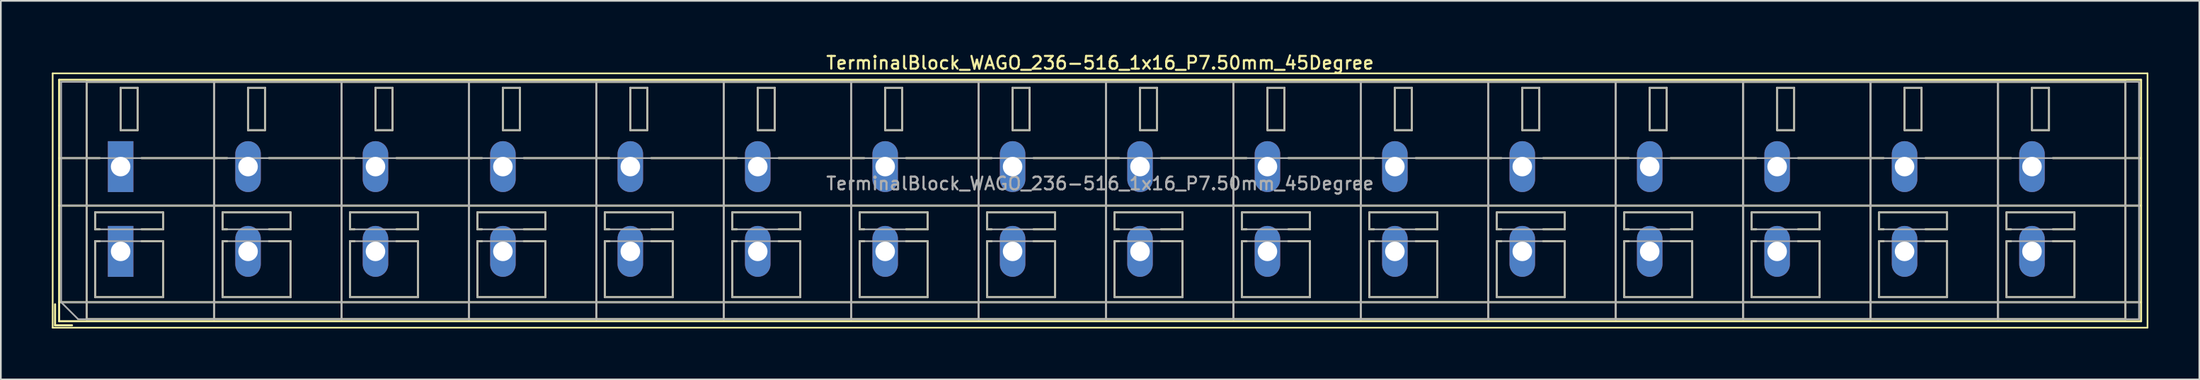
<source format=kicad_pcb>
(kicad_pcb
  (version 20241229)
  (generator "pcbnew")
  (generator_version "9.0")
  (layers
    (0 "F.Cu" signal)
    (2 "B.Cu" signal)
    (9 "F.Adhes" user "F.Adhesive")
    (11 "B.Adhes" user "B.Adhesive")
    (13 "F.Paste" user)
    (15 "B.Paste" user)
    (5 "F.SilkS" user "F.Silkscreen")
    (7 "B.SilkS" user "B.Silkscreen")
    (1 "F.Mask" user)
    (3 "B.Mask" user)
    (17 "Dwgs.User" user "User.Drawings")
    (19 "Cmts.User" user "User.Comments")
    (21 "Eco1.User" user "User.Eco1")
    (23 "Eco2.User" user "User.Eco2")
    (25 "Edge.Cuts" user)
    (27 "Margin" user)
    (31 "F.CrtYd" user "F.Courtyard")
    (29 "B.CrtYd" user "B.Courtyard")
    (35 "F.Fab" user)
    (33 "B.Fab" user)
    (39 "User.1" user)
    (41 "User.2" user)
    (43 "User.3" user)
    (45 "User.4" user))
  (footprint "TerminalBlock_WAGO_236-516_1x16_P7.50mm_45Degree"
    (layer "F.Cu")
    (at 4.05 6.778)
    (property "Reference" "TerminalBlock_WAGO_236-516_1x16_P7.50mm_45Degree" (at 57.65 -6.12 0) (layer "F.SilkS") (effects (font (size 0.75 0.75) (thickness 0.125))))
    (attr through_hole)
    (fp_line (start -4 -5.5) (end -4 9.5) (stroke (width 0.1) (type solid)) (layer "F.SilkS"))
    (fp_line (start -4 9.5) (end 119.3 9.5) (stroke (width 0.1) (type solid)) (layer "F.SilkS"))
    (fp_line (start -3.86 8.12) (end -3.86 9.36) (stroke (width 0.12) (type solid)) (layer "F.SilkS"))
    (fp_line (start -3.86 9.36) (end -2.86 9.36) (stroke (width 0.12) (type solid)) (layer "F.SilkS"))
    (fp_line (start -3.62 -5.12) (end -3.62 9.12) (stroke (width 0.12) (type solid)) (layer "F.SilkS"))
    (fp_line (start -3.62 -5.12) (end 118.92 -5.12) (stroke (width 0.12) (type solid)) (layer "F.SilkS"))
    (fp_line (start -3.62 -0.5) (end -1.23 -0.5) (stroke (width 0.12) (type solid)) (layer "F.SilkS"))
    (fp_line (start -3.62 2.3) (end 118.92 2.3) (stroke (width 0.12) (type solid)) (layer "F.SilkS"))
    (fp_line (start -3.62 8) (end 118.92 8) (stroke (width 0.12) (type solid)) (layer "F.SilkS"))
    (fp_line (start -3.62 9.12) (end 118.92 9.12) (stroke (width 0.12) (type solid)) (layer "F.SilkS"))
    (fp_line (start -2 -5) (end -2 9) (stroke (width 0.12) (type solid)) (layer "F.SilkS"))
    (fp_line (start -2 -5) (end 5.5 -5) (stroke (width 0.12) (type solid)) (layer "F.SilkS"))
    (fp_line (start -2 9) (end 5.5 9) (stroke (width 0.12) (type solid)) (layer "F.SilkS"))
    (fp_line (start -1.5 2.7) (end -1.5 3.7) (stroke (width 0.12) (type solid)) (layer "F.SilkS"))
    (fp_line (start -1.5 2.7) (end 2.5 2.7) (stroke (width 0.12) (type solid)) (layer "F.SilkS"))
    (fp_line (start -1.5 3.7) (end -1.23 3.7) (stroke (width 0.12) (type solid)) (layer "F.SilkS"))
    (fp_line (start -1.5 4.4) (end -1.5 7.7) (stroke (width 0.12) (type solid)) (layer "F.SilkS"))
    (fp_line (start -1.5 4.4) (end -1.23 4.4) (stroke (width 0.12) (type solid)) (layer "F.SilkS"))
    (fp_line (start -1.5 7.7) (end 2.5 7.7) (stroke (width 0.12) (type solid)) (layer "F.SilkS"))
    (fp_line (start 0 -4.65) (end 0 -2.151) (stroke (width 0.12) (type solid)) (layer "F.SilkS"))
    (fp_line (start 0 -4.65) (end 1 -4.65) (stroke (width 0.12) (type solid)) (layer "F.SilkS"))
    (fp_line (start 0 -2.151) (end 1 -2.151) (stroke (width 0.12) (type solid)) (layer "F.SilkS"))
    (fp_line (start 1 -4.65) (end 1 -2.151) (stroke (width 0.12) (type solid)) (layer "F.SilkS"))
    (fp_line (start 1.23 -0.5) (end 6.27 -0.5) (stroke (width 0.12) (type solid)) (layer "F.SilkS"))
    (fp_line (start 1.23 3.7) (end 2.5 3.7) (stroke (width 0.12) (type solid)) (layer "F.SilkS"))
    (fp_line (start 1.23 4.4) (end 2.5 4.4) (stroke (width 0.12) (type solid)) (layer "F.SilkS"))
    (fp_line (start 2.5 2.7) (end 2.5 3.7) (stroke (width 0.12) (type solid)) (layer "F.SilkS"))
    (fp_line (start 2.5 4.4) (end 2.5 7.7) (stroke (width 0.12) (type solid)) (layer "F.SilkS"))
    (fp_line (start 5.5 -5) (end 5.5 9) (stroke (width 0.12) (type solid)) (layer "F.SilkS"))
    (fp_line (start 5.5 -5) (end 5.5 9) (stroke (width 0.12) (type solid)) (layer "F.SilkS"))
    (fp_line (start 5.5 -5) (end 13 -5) (stroke (width 0.12) (type solid)) (layer "F.SilkS"))
    (fp_line (start 5.5 9) (end 13 9) (stroke (width 0.12) (type solid)) (layer "F.SilkS"))
    (fp_line (start 6 2.7) (end 6 3.7) (stroke (width 0.12) (type solid)) (layer "F.SilkS"))
    (fp_line (start 6 2.7) (end 10 2.7) (stroke (width 0.12) (type solid)) (layer "F.SilkS"))
    (fp_line (start 6 3.7) (end 6.27 3.7) (stroke (width 0.12) (type solid)) (layer "F.SilkS"))
    (fp_line (start 6 4.4) (end 6 7.7) (stroke (width 0.12) (type solid)) (layer "F.SilkS"))
    (fp_line (start 6 4.4) (end 6.27 4.4) (stroke (width 0.12) (type solid)) (layer "F.SilkS"))
    (fp_line (start 6 7.7) (end 10 7.7) (stroke (width 0.12) (type solid)) (layer "F.SilkS"))
    (fp_line (start 7.5 -4.65) (end 7.5 -2.151) (stroke (width 0.12) (type solid)) (layer "F.SilkS"))
    (fp_line (start 7.5 -4.65) (end 8.5 -4.65) (stroke (width 0.12) (type solid)) (layer "F.SilkS"))
    (fp_line (start 7.5 -2.151) (end 8.5 -2.151) (stroke (width 0.12) (type solid)) (layer "F.SilkS"))
    (fp_line (start 8.5 -4.65) (end 8.5 -2.151) (stroke (width 0.12) (type solid)) (layer "F.SilkS"))
    (fp_line (start 8.73 -0.5) (end 13.77 -0.5) (stroke (width 0.12) (type solid)) (layer "F.SilkS"))
    (fp_line (start 8.73 3.7) (end 10 3.7) (stroke (width 0.12) (type solid)) (layer "F.SilkS"))
    (fp_line (start 8.73 4.4) (end 10 4.4) (stroke (width 0.12) (type solid)) (layer "F.SilkS"))
    (fp_line (start 10 2.7) (end 10 3.7) (stroke (width 0.12) (type solid)) (layer "F.SilkS"))
    (fp_line (start 10 4.4) (end 10 7.7) (stroke (width 0.12) (type solid)) (layer "F.SilkS"))
    (fp_line (start 13 -5) (end 13 9) (stroke (width 0.12) (type solid)) (layer "F.SilkS"))
    (fp_line (start 13 -5) (end 13 9) (stroke (width 0.12) (type solid)) (layer "F.SilkS"))
    (fp_line (start 13 -5) (end 20.5 -5) (stroke (width 0.12) (type solid)) (layer "F.SilkS"))
    (fp_line (start 13 9) (end 20.5 9) (stroke (width 0.12) (type solid)) (layer "F.SilkS"))
    (fp_line (start 13.5 2.7) (end 13.5 3.7) (stroke (width 0.12) (type solid)) (layer "F.SilkS"))
    (fp_line (start 13.5 2.7) (end 17.5 2.7) (stroke (width 0.12) (type solid)) (layer "F.SilkS"))
    (fp_line (start 13.5 3.7) (end 13.77 3.7) (stroke (width 0.12) (type solid)) (layer "F.SilkS"))
    (fp_line (start 13.5 4.4) (end 13.5 7.7) (stroke (width 0.12) (type solid)) (layer "F.SilkS"))
    (fp_line (start 13.5 4.4) (end 13.77 4.4) (stroke (width 0.12) (type solid)) (layer "F.SilkS"))
    (fp_line (start 13.5 7.7) (end 17.5 7.7) (stroke (width 0.12) (type solid)) (layer "F.SilkS"))
    (fp_line (start 15 -4.65) (end 15 -2.151) (stroke (width 0.12) (type solid)) (layer "F.SilkS"))
    (fp_line (start 15 -4.65) (end 16 -4.65) (stroke (width 0.12) (type solid)) (layer "F.SilkS"))
    (fp_line (start 15 -2.151) (end 16 -2.151) (stroke (width 0.12) (type solid)) (layer "F.SilkS"))
    (fp_line (start 16 -4.65) (end 16 -2.151) (stroke (width 0.12) (type solid)) (layer "F.SilkS"))
    (fp_line (start 16.23 -0.5) (end 21.27 -0.5) (stroke (width 0.12) (type solid)) (layer "F.SilkS"))
    (fp_line (start 16.23 3.7) (end 17.5 3.7) (stroke (width 0.12) (type solid)) (layer "F.SilkS"))
    (fp_line (start 16.23 4.4) (end 17.5 4.4) (stroke (width 0.12) (type solid)) (layer "F.SilkS"))
    (fp_line (start 17.5 2.7) (end 17.5 3.7) (stroke (width 0.12) (type solid)) (layer "F.SilkS"))
    (fp_line (start 17.5 4.4) (end 17.5 7.7) (stroke (width 0.12) (type solid)) (layer "F.SilkS"))
    (fp_line (start 20.5 -5) (end 20.5 9) (stroke (width 0.12) (type solid)) (layer "F.SilkS"))
    (fp_line (start 20.5 -5) (end 20.5 9) (stroke (width 0.12) (type solid)) (layer "F.SilkS"))
    (fp_line (start 20.5 -5) (end 28 -5) (stroke (width 0.12) (type solid)) (layer "F.SilkS"))
    (fp_line (start 20.5 9) (end 28 9) (stroke (width 0.12) (type solid)) (layer "F.SilkS"))
    (fp_line (start 21 2.7) (end 21 3.7) (stroke (width 0.12) (type solid)) (layer "F.SilkS"))
    (fp_line (start 21 2.7) (end 25 2.7) (stroke (width 0.12) (type solid)) (layer "F.SilkS"))
    (fp_line (start 21 3.7) (end 21.27 3.7) (stroke (width 0.12) (type solid)) (layer "F.SilkS"))
    (fp_line (start 21 4.4) (end 21 7.7) (stroke (width 0.12) (type solid)) (layer "F.SilkS"))
    (fp_line (start 21 4.4) (end 21.27 4.4) (stroke (width 0.12) (type solid)) (layer "F.SilkS"))
    (fp_line (start 21 7.7) (end 25 7.7) (stroke (width 0.12) (type solid)) (layer "F.SilkS"))
    (fp_line (start 22.5 -4.65) (end 22.5 -2.151) (stroke (width 0.12) (type solid)) (layer "F.SilkS"))
    (fp_line (start 22.5 -4.65) (end 23.5 -4.65) (stroke (width 0.12) (type solid)) (layer "F.SilkS"))
    (fp_line (start 22.5 -2.151) (end 23.5 -2.151) (stroke (width 0.12) (type solid)) (layer "F.SilkS"))
    (fp_line (start 23.5 -4.65) (end 23.5 -2.151) (stroke (width 0.12) (type solid)) (layer "F.SilkS"))
    (fp_line (start 23.73 -0.5) (end 28.77 -0.5) (stroke (width 0.12) (type solid)) (layer "F.SilkS"))
    (fp_line (start 23.73 3.7) (end 25 3.7) (stroke (width 0.12) (type solid)) (layer "F.SilkS"))
    (fp_line (start 23.73 4.4) (end 25 4.4) (stroke (width 0.12) (type solid)) (layer "F.SilkS"))
    (fp_line (start 25 2.7) (end 25 3.7) (stroke (width 0.12) (type solid)) (layer "F.SilkS"))
    (fp_line (start 25 4.4) (end 25 7.7) (stroke (width 0.12) (type solid)) (layer "F.SilkS"))
    (fp_line (start 28 -5) (end 28 9) (stroke (width 0.12) (type solid)) (layer "F.SilkS"))
    (fp_line (start 28 -5) (end 28 9) (stroke (width 0.12) (type solid)) (layer "F.SilkS"))
    (fp_line (start 28 -5) (end 35.5 -5) (stroke (width 0.12) (type solid)) (layer "F.SilkS"))
    (fp_line (start 28 9) (end 35.5 9) (stroke (width 0.12) (type solid)) (layer "F.SilkS"))
    (fp_line (start 28.5 2.7) (end 28.5 3.7) (stroke (width 0.12) (type solid)) (layer "F.SilkS"))
    (fp_line (start 28.5 2.7) (end 32.5 2.7) (stroke (width 0.12) (type solid)) (layer "F.SilkS"))
    (fp_line (start 28.5 3.7) (end 28.77 3.7) (stroke (width 0.12) (type solid)) (layer "F.SilkS"))
    (fp_line (start 28.5 4.4) (end 28.5 7.7) (stroke (width 0.12) (type solid)) (layer "F.SilkS"))
    (fp_line (start 28.5 4.4) (end 28.77 4.4) (stroke (width 0.12) (type solid)) (layer "F.SilkS"))
    (fp_line (start 28.5 7.7) (end 32.5 7.7) (stroke (width 0.12) (type solid)) (layer "F.SilkS"))
    (fp_line (start 30 -4.65) (end 30 -2.151) (stroke (width 0.12) (type solid)) (layer "F.SilkS"))
    (fp_line (start 30 -4.65) (end 31 -4.65) (stroke (width 0.12) (type solid)) (layer "F.SilkS"))
    (fp_line (start 30 -2.151) (end 31 -2.151) (stroke (width 0.12) (type solid)) (layer "F.SilkS"))
    (fp_line (start 31 -4.65) (end 31 -2.151) (stroke (width 0.12) (type solid)) (layer "F.SilkS"))
    (fp_line (start 31.23 -0.5) (end 36.27 -0.5) (stroke (width 0.12) (type solid)) (layer "F.SilkS"))
    (fp_line (start 31.23 3.7) (end 32.5 3.7) (stroke (width 0.12) (type solid)) (layer "F.SilkS"))
    (fp_line (start 31.23 4.4) (end 32.5 4.4) (stroke (width 0.12) (type solid)) (layer "F.SilkS"))
    (fp_line (start 32.5 2.7) (end 32.5 3.7) (stroke (width 0.12) (type solid)) (layer "F.SilkS"))
    (fp_line (start 32.5 4.4) (end 32.5 7.7) (stroke (width 0.12) (type solid)) (layer "F.SilkS"))
    (fp_line (start 35.5 -5) (end 35.5 9) (stroke (width 0.12) (type solid)) (layer "F.SilkS"))
    (fp_line (start 35.5 -5) (end 35.5 9) (stroke (width 0.12) (type solid)) (layer "F.SilkS"))
    (fp_line (start 35.5 -5) (end 43 -5) (stroke (width 0.12) (type solid)) (layer "F.SilkS"))
    (fp_line (start 35.5 9) (end 43 9) (stroke (width 0.12) (type solid)) (layer "F.SilkS"))
    (fp_line (start 36 2.7) (end 36 3.7) (stroke (width 0.12) (type solid)) (layer "F.SilkS"))
    (fp_line (start 36 2.7) (end 40 2.7) (stroke (width 0.12) (type solid)) (layer "F.SilkS"))
    (fp_line (start 36 3.7) (end 36.27 3.7) (stroke (width 0.12) (type solid)) (layer "F.SilkS"))
    (fp_line (start 36 4.4) (end 36 7.7) (stroke (width 0.12) (type solid)) (layer "F.SilkS"))
    (fp_line (start 36 4.4) (end 36.27 4.4) (stroke (width 0.12) (type solid)) (layer "F.SilkS"))
    (fp_line (start 36 7.7) (end 40 7.7) (stroke (width 0.12) (type solid)) (layer "F.SilkS"))
    (fp_line (start 37.5 -4.65) (end 37.5 -2.151) (stroke (width 0.12) (type solid)) (layer "F.SilkS"))
    (fp_line (start 37.5 -4.65) (end 38.5 -4.65) (stroke (width 0.12) (type solid)) (layer "F.SilkS"))
    (fp_line (start 37.5 -2.151) (end 38.5 -2.151) (stroke (width 0.12) (type solid)) (layer "F.SilkS"))
    (fp_line (start 38.5 -4.65) (end 38.5 -2.151) (stroke (width 0.12) (type solid)) (layer "F.SilkS"))
    (fp_line (start 38.73 -0.5) (end 43.77 -0.5) (stroke (width 0.12) (type solid)) (layer "F.SilkS"))
    (fp_line (start 38.73 3.7) (end 40 3.7) (stroke (width 0.12) (type solid)) (layer "F.SilkS"))
    (fp_line (start 38.73 4.4) (end 40 4.4) (stroke (width 0.12) (type solid)) (layer "F.SilkS"))
    (fp_line (start 40 2.7) (end 40 3.7) (stroke (width 0.12) (type solid)) (layer "F.SilkS"))
    (fp_line (start 40 4.4) (end 40 7.7) (stroke (width 0.12) (type solid)) (layer "F.SilkS"))
    (fp_line (start 43 -5) (end 43 9) (stroke (width 0.12) (type solid)) (layer "F.SilkS"))
    (fp_line (start 43 -5) (end 43 9) (stroke (width 0.12) (type solid)) (layer "F.SilkS"))
    (fp_line (start 43 -5) (end 50.5 -5) (stroke (width 0.12) (type solid)) (layer "F.SilkS"))
    (fp_line (start 43 9) (end 50.5 9) (stroke (width 0.12) (type solid)) (layer "F.SilkS"))
    (fp_line (start 43.5 2.7) (end 43.5 3.7) (stroke (width 0.12) (type solid)) (layer "F.SilkS"))
    (fp_line (start 43.5 2.7) (end 47.5 2.7) (stroke (width 0.12) (type solid)) (layer "F.SilkS"))
    (fp_line (start 43.5 3.7) (end 43.77 3.7) (stroke (width 0.12) (type solid)) (layer "F.SilkS"))
    (fp_line (start 43.5 4.4) (end 43.5 7.7) (stroke (width 0.12) (type solid)) (layer "F.SilkS"))
    (fp_line (start 43.5 4.4) (end 43.77 4.4) (stroke (width 0.12) (type solid)) (layer "F.SilkS"))
    (fp_line (start 43.5 7.7) (end 47.5 7.7) (stroke (width 0.12) (type solid)) (layer "F.SilkS"))
    (fp_line (start 45 -4.65) (end 45 -2.151) (stroke (width 0.12) (type solid)) (layer "F.SilkS"))
    (fp_line (start 45 -4.65) (end 46 -4.65) (stroke (width 0.12) (type solid)) (layer "F.SilkS"))
    (fp_line (start 45 -2.151) (end 46 -2.151) (stroke (width 0.12) (type solid)) (layer "F.SilkS"))
    (fp_line (start 46 -4.65) (end 46 -2.151) (stroke (width 0.12) (type solid)) (layer "F.SilkS"))
    (fp_line (start 46.23 -0.5) (end 51.27 -0.5) (stroke (width 0.12) (type solid)) (layer "F.SilkS"))
    (fp_line (start 46.23 3.7) (end 47.5 3.7) (stroke (width 0.12) (type solid)) (layer "F.SilkS"))
    (fp_line (start 46.23 4.4) (end 47.5 4.4) (stroke (width 0.12) (type solid)) (layer "F.SilkS"))
    (fp_line (start 47.5 2.7) (end 47.5 3.7) (stroke (width 0.12) (type solid)) (layer "F.SilkS"))
    (fp_line (start 47.5 4.4) (end 47.5 7.7) (stroke (width 0.12) (type solid)) (layer "F.SilkS"))
    (fp_line (start 50.5 -5) (end 50.5 9) (stroke (width 0.12) (type solid)) (layer "F.SilkS"))
    (fp_line (start 50.5 -5) (end 50.5 9) (stroke (width 0.12) (type solid)) (layer "F.SilkS"))
    (fp_line (start 50.5 -5) (end 58 -5) (stroke (width 0.12) (type solid)) (layer "F.SilkS"))
    (fp_line (start 50.5 9) (end 58 9) (stroke (width 0.12) (type solid)) (layer "F.SilkS"))
    (fp_line (start 51 2.7) (end 51 3.7) (stroke (width 0.12) (type solid)) (layer "F.SilkS"))
    (fp_line (start 51 2.7) (end 55 2.7) (stroke (width 0.12) (type solid)) (layer "F.SilkS"))
    (fp_line (start 51 3.7) (end 51.27 3.7) (stroke (width 0.12) (type solid)) (layer "F.SilkS"))
    (fp_line (start 51 4.4) (end 51 7.7) (stroke (width 0.12) (type solid)) (layer "F.SilkS"))
    (fp_line (start 51 4.4) (end 51.27 4.4) (stroke (width 0.12) (type solid)) (layer "F.SilkS"))
    (fp_line (start 51 7.7) (end 55 7.7) (stroke (width 0.12) (type solid)) (layer "F.SilkS"))
    (fp_line (start 52.5 -4.65) (end 52.5 -2.151) (stroke (width 0.12) (type solid)) (layer "F.SilkS"))
    (fp_line (start 52.5 -4.65) (end 53.5 -4.65) (stroke (width 0.12) (type solid)) (layer "F.SilkS"))
    (fp_line (start 52.5 -2.151) (end 53.5 -2.151) (stroke (width 0.12) (type solid)) (layer "F.SilkS"))
    (fp_line (start 53.5 -4.65) (end 53.5 -2.151) (stroke (width 0.12) (type solid)) (layer "F.SilkS"))
    (fp_line (start 53.73 -0.5) (end 58.77 -0.5) (stroke (width 0.12) (type solid)) (layer "F.SilkS"))
    (fp_line (start 53.73 3.7) (end 55 3.7) (stroke (width 0.12) (type solid)) (layer "F.SilkS"))
    (fp_line (start 53.73 4.4) (end 55 4.4) (stroke (width 0.12) (type solid)) (layer "F.SilkS"))
    (fp_line (start 55 2.7) (end 55 3.7) (stroke (width 0.12) (type solid)) (layer "F.SilkS"))
    (fp_line (start 55 4.4) (end 55 7.7) (stroke (width 0.12) (type solid)) (layer "F.SilkS"))
    (fp_line (start 58 -5) (end 58 9) (stroke (width 0.12) (type solid)) (layer "F.SilkS"))
    (fp_line (start 58 -5) (end 58 9) (stroke (width 0.12) (type solid)) (layer "F.SilkS"))
    (fp_line (start 58 -5) (end 65.5 -5) (stroke (width 0.12) (type solid)) (layer "F.SilkS"))
    (fp_line (start 58 9) (end 65.5 9) (stroke (width 0.12) (type solid)) (layer "F.SilkS"))
    (fp_line (start 58.5 2.7) (end 58.5 3.7) (stroke (width 0.12) (type solid)) (layer "F.SilkS"))
    (fp_line (start 58.5 2.7) (end 62.5 2.7) (stroke (width 0.12) (type solid)) (layer "F.SilkS"))
    (fp_line (start 58.5 3.7) (end 58.77 3.7) (stroke (width 0.12) (type solid)) (layer "F.SilkS"))
    (fp_line (start 58.5 4.4) (end 58.5 7.7) (stroke (width 0.12) (type solid)) (layer "F.SilkS"))
    (fp_line (start 58.5 4.4) (end 58.77 4.4) (stroke (width 0.12) (type solid)) (layer "F.SilkS"))
    (fp_line (start 58.5 7.7) (end 62.5 7.7) (stroke (width 0.12) (type solid)) (layer "F.SilkS"))
    (fp_line (start 60 -4.65) (end 60 -2.151) (stroke (width 0.12) (type solid)) (layer "F.SilkS"))
    (fp_line (start 60 -4.65) (end 61 -4.65) (stroke (width 0.12) (type solid)) (layer "F.SilkS"))
    (fp_line (start 60 -2.151) (end 61 -2.151) (stroke (width 0.12) (type solid)) (layer "F.SilkS"))
    (fp_line (start 61 -4.65) (end 61 -2.151) (stroke (width 0.12) (type solid)) (layer "F.SilkS"))
    (fp_line (start 61.23 -0.5) (end 66.27 -0.5) (stroke (width 0.12) (type solid)) (layer "F.SilkS"))
    (fp_line (start 61.23 3.7) (end 62.5 3.7) (stroke (width 0.12) (type solid)) (layer "F.SilkS"))
    (fp_line (start 61.23 4.4) (end 62.5 4.4) (stroke (width 0.12) (type solid)) (layer "F.SilkS"))
    (fp_line (start 62.5 2.7) (end 62.5 3.7) (stroke (width 0.12) (type solid)) (layer "F.SilkS"))
    (fp_line (start 62.5 4.4) (end 62.5 7.7) (stroke (width 0.12) (type solid)) (layer "F.SilkS"))
    (fp_line (start 65.5 -5) (end 65.5 9) (stroke (width 0.12) (type solid)) (layer "F.SilkS"))
    (fp_line (start 65.5 -5) (end 65.5 9) (stroke (width 0.12) (type solid)) (layer "F.SilkS"))
    (fp_line (start 65.5 -5) (end 73 -5) (stroke (width 0.12) (type solid)) (layer "F.SilkS"))
    (fp_line (start 65.5 9) (end 73 9) (stroke (width 0.12) (type solid)) (layer "F.SilkS"))
    (fp_line (start 66 2.7) (end 66 3.7) (stroke (width 0.12) (type solid)) (layer "F.SilkS"))
    (fp_line (start 66 2.7) (end 70 2.7) (stroke (width 0.12) (type solid)) (layer "F.SilkS"))
    (fp_line (start 66 3.7) (end 66.27 3.7) (stroke (width 0.12) (type solid)) (layer "F.SilkS"))
    (fp_line (start 66 4.4) (end 66 7.7) (stroke (width 0.12) (type solid)) (layer "F.SilkS"))
    (fp_line (start 66 4.4) (end 66.27 4.4) (stroke (width 0.12) (type solid)) (layer "F.SilkS"))
    (fp_line (start 66 7.7) (end 70 7.7) (stroke (width 0.12) (type solid)) (layer "F.SilkS"))
    (fp_line (start 67.5 -4.65) (end 67.5 -2.151) (stroke (width 0.12) (type solid)) (layer "F.SilkS"))
    (fp_line (start 67.5 -4.65) (end 68.5 -4.65) (stroke (width 0.12) (type solid)) (layer "F.SilkS"))
    (fp_line (start 67.5 -2.151) (end 68.5 -2.151) (stroke (width 0.12) (type solid)) (layer "F.SilkS"))
    (fp_line (start 68.5 -4.65) (end 68.5 -2.151) (stroke (width 0.12) (type solid)) (layer "F.SilkS"))
    (fp_line (start 68.73 -0.5) (end 73.77 -0.5) (stroke (width 0.12) (type solid)) (layer "F.SilkS"))
    (fp_line (start 68.73 3.7) (end 70 3.7) (stroke (width 0.12) (type solid)) (layer "F.SilkS"))
    (fp_line (start 68.73 4.4) (end 70 4.4) (stroke (width 0.12) (type solid)) (layer "F.SilkS"))
    (fp_line (start 70 2.7) (end 70 3.7) (stroke (width 0.12) (type solid)) (layer "F.SilkS"))
    (fp_line (start 70 4.4) (end 70 7.7) (stroke (width 0.12) (type solid)) (layer "F.SilkS"))
    (fp_line (start 73 -5) (end 73 9) (stroke (width 0.12) (type solid)) (layer "F.SilkS"))
    (fp_line (start 73 -5) (end 73 9) (stroke (width 0.12) (type solid)) (layer "F.SilkS"))
    (fp_line (start 73 -5) (end 80.5 -5) (stroke (width 0.12) (type solid)) (layer "F.SilkS"))
    (fp_line (start 73 9) (end 80.5 9) (stroke (width 0.12) (type solid)) (layer "F.SilkS"))
    (fp_line (start 73.5 2.7) (end 73.5 3.7) (stroke (width 0.12) (type solid)) (layer "F.SilkS"))
    (fp_line (start 73.5 2.7) (end 77.5 2.7) (stroke (width 0.12) (type solid)) (layer "F.SilkS"))
    (fp_line (start 73.5 3.7) (end 73.77 3.7) (stroke (width 0.12) (type solid)) (layer "F.SilkS"))
    (fp_line (start 73.5 4.4) (end 73.5 7.7) (stroke (width 0.12) (type solid)) (layer "F.SilkS"))
    (fp_line (start 73.5 4.4) (end 73.77 4.4) (stroke (width 0.12) (type solid)) (layer "F.SilkS"))
    (fp_line (start 73.5 7.7) (end 77.5 7.7) (stroke (width 0.12) (type solid)) (layer "F.SilkS"))
    (fp_line (start 75 -4.65) (end 75 -2.151) (stroke (width 0.12) (type solid)) (layer "F.SilkS"))
    (fp_line (start 75 -4.65) (end 76 -4.65) (stroke (width 0.12) (type solid)) (layer "F.SilkS"))
    (fp_line (start 75 -2.151) (end 76 -2.151) (stroke (width 0.12) (type solid)) (layer "F.SilkS"))
    (fp_line (start 76 -4.65) (end 76 -2.151) (stroke (width 0.12) (type solid)) (layer "F.SilkS"))
    (fp_line (start 76.23 -0.5) (end 81.27 -0.5) (stroke (width 0.12) (type solid)) (layer "F.SilkS"))
    (fp_line (start 76.23 3.7) (end 77.5 3.7) (stroke (width 0.12) (type solid)) (layer "F.SilkS"))
    (fp_line (start 76.23 4.4) (end 77.5 4.4) (stroke (width 0.12) (type solid)) (layer "F.SilkS"))
    (fp_line (start 77.5 2.7) (end 77.5 3.7) (stroke (width 0.12) (type solid)) (layer "F.SilkS"))
    (fp_line (start 77.5 4.4) (end 77.5 7.7) (stroke (width 0.12) (type solid)) (layer "F.SilkS"))
    (fp_line (start 80.5 -5) (end 80.5 9) (stroke (width 0.12) (type solid)) (layer "F.SilkS"))
    (fp_line (start 80.5 -5) (end 80.5 9) (stroke (width 0.12) (type solid)) (layer "F.SilkS"))
    (fp_line (start 80.5 -5) (end 88 -5) (stroke (width 0.12) (type solid)) (layer "F.SilkS"))
    (fp_line (start 80.5 9) (end 88 9) (stroke (width 0.12) (type solid)) (layer "F.SilkS"))
    (fp_line (start 81 2.7) (end 81 3.7) (stroke (width 0.12) (type solid)) (layer "F.SilkS"))
    (fp_line (start 81 2.7) (end 85 2.7) (stroke (width 0.12) (type solid)) (layer "F.SilkS"))
    (fp_line (start 81 3.7) (end 81.27 3.7) (stroke (width 0.12) (type solid)) (layer "F.SilkS"))
    (fp_line (start 81 4.4) (end 81 7.7) (stroke (width 0.12) (type solid)) (layer "F.SilkS"))
    (fp_line (start 81 4.4) (end 81.27 4.4) (stroke (width 0.12) (type solid)) (layer "F.SilkS"))
    (fp_line (start 81 7.7) (end 85 7.7) (stroke (width 0.12) (type solid)) (layer "F.SilkS"))
    (fp_line (start 82.5 -4.65) (end 82.5 -2.151) (stroke (width 0.12) (type solid)) (layer "F.SilkS"))
    (fp_line (start 82.5 -4.65) (end 83.5 -4.65) (stroke (width 0.12) (type solid)) (layer "F.SilkS"))
    (fp_line (start 82.5 -2.151) (end 83.5 -2.151) (stroke (width 0.12) (type solid)) (layer "F.SilkS"))
    (fp_line (start 83.5 -4.65) (end 83.5 -2.151) (stroke (width 0.12) (type solid)) (layer "F.SilkS"))
    (fp_line (start 83.73 -0.5) (end 88.77 -0.5) (stroke (width 0.12) (type solid)) (layer "F.SilkS"))
    (fp_line (start 83.73 3.7) (end 85 3.7) (stroke (width 0.12) (type solid)) (layer "F.SilkS"))
    (fp_line (start 83.73 4.4) (end 85 4.4) (stroke (width 0.12) (type solid)) (layer "F.SilkS"))
    (fp_line (start 85 2.7) (end 85 3.7) (stroke (width 0.12) (type solid)) (layer "F.SilkS"))
    (fp_line (start 85 4.4) (end 85 7.7) (stroke (width 0.12) (type solid)) (layer "F.SilkS"))
    (fp_line (start 88 -5) (end 88 9) (stroke (width 0.12) (type solid)) (layer "F.SilkS"))
    (fp_line (start 88 -5) (end 88 9) (stroke (width 0.12) (type solid)) (layer "F.SilkS"))
    (fp_line (start 88 -5) (end 95.5 -5) (stroke (width 0.12) (type solid)) (layer "F.SilkS"))
    (fp_line (start 88 9) (end 95.5 9) (stroke (width 0.12) (type solid)) (layer "F.SilkS"))
    (fp_line (start 88.5 2.7) (end 88.5 3.7) (stroke (width 0.12) (type solid)) (layer "F.SilkS"))
    (fp_line (start 88.5 2.7) (end 92.5 2.7) (stroke (width 0.12) (type solid)) (layer "F.SilkS"))
    (fp_line (start 88.5 3.7) (end 88.77 3.7) (stroke (width 0.12) (type solid)) (layer "F.SilkS"))
    (fp_line (start 88.5 4.4) (end 88.5 7.7) (stroke (width 0.12) (type solid)) (layer "F.SilkS"))
    (fp_line (start 88.5 4.4) (end 88.77 4.4) (stroke (width 0.12) (type solid)) (layer "F.SilkS"))
    (fp_line (start 88.5 7.7) (end 92.5 7.7) (stroke (width 0.12) (type solid)) (layer "F.SilkS"))
    (fp_line (start 90 -4.65) (end 90 -2.151) (stroke (width 0.12) (type solid)) (layer "F.SilkS"))
    (fp_line (start 90 -4.65) (end 91 -4.65) (stroke (width 0.12) (type solid)) (layer "F.SilkS"))
    (fp_line (start 90 -2.151) (end 91 -2.151) (stroke (width 0.12) (type solid)) (layer "F.SilkS"))
    (fp_line (start 91 -4.65) (end 91 -2.151) (stroke (width 0.12) (type solid)) (layer "F.SilkS"))
    (fp_line (start 91.23 -0.5) (end 96.27 -0.5) (stroke (width 0.12) (type solid)) (layer "F.SilkS"))
    (fp_line (start 91.23 3.7) (end 92.5 3.7) (stroke (width 0.12) (type solid)) (layer "F.SilkS"))
    (fp_line (start 91.23 4.4) (end 92.5 4.4) (stroke (width 0.12) (type solid)) (layer "F.SilkS"))
    (fp_line (start 92.5 2.7) (end 92.5 3.7) (stroke (width 0.12) (type solid)) (layer "F.SilkS"))
    (fp_line (start 92.5 4.4) (end 92.5 7.7) (stroke (width 0.12) (type solid)) (layer "F.SilkS"))
    (fp_line (start 95.5 -5) (end 95.5 9) (stroke (width 0.12) (type solid)) (layer "F.SilkS"))
    (fp_line (start 95.5 -5) (end 95.5 9) (stroke (width 0.12) (type solid)) (layer "F.SilkS"))
    (fp_line (start 95.5 -5) (end 103 -5) (stroke (width 0.12) (type solid)) (layer "F.SilkS"))
    (fp_line (start 95.5 9) (end 103 9) (stroke (width 0.12) (type solid)) (layer "F.SilkS"))
    (fp_line (start 96 2.7) (end 96 3.7) (stroke (width 0.12) (type solid)) (layer "F.SilkS"))
    (fp_line (start 96 2.7) (end 100 2.7) (stroke (width 0.12) (type solid)) (layer "F.SilkS"))
    (fp_line (start 96 3.7) (end 96.27 3.7) (stroke (width 0.12) (type solid)) (layer "F.SilkS"))
    (fp_line (start 96 4.4) (end 96 7.7) (stroke (width 0.12) (type solid)) (layer "F.SilkS"))
    (fp_line (start 96 4.4) (end 96.27 4.4) (stroke (width 0.12) (type solid)) (layer "F.SilkS"))
    (fp_line (start 96 7.7) (end 100 7.7) (stroke (width 0.12) (type solid)) (layer "F.SilkS"))
    (fp_line (start 97.5 -4.65) (end 97.5 -2.151) (stroke (width 0.12) (type solid)) (layer "F.SilkS"))
    (fp_line (start 97.5 -4.65) (end 98.5 -4.65) (stroke (width 0.12) (type solid)) (layer "F.SilkS"))
    (fp_line (start 97.5 -2.151) (end 98.5 -2.151) (stroke (width 0.12) (type solid)) (layer "F.SilkS"))
    (fp_line (start 98.5 -4.65) (end 98.5 -2.151) (stroke (width 0.12) (type solid)) (layer "F.SilkS"))
    (fp_line (start 98.73 -0.5) (end 103.77 -0.5) (stroke (width 0.12) (type solid)) (layer "F.SilkS"))
    (fp_line (start 98.73 3.7) (end 100 3.7) (stroke (width 0.12) (type solid)) (layer "F.SilkS"))
    (fp_line (start 98.73 4.4) (end 100 4.4) (stroke (width 0.12) (type solid)) (layer "F.SilkS"))
    (fp_line (start 100 2.7) (end 100 3.7) (stroke (width 0.12) (type solid)) (layer "F.SilkS"))
    (fp_line (start 100 4.4) (end 100 7.7) (stroke (width 0.12) (type solid)) (layer "F.SilkS"))
    (fp_line (start 103 -5) (end 103 9) (stroke (width 0.12) (type solid)) (layer "F.SilkS"))
    (fp_line (start 103 -5) (end 103 9) (stroke (width 0.12) (type solid)) (layer "F.SilkS"))
    (fp_line (start 103 -5) (end 110.5 -5) (stroke (width 0.12) (type solid)) (layer "F.SilkS"))
    (fp_line (start 103 9) (end 110.5 9) (stroke (width 0.12) (type solid)) (layer "F.SilkS"))
    (fp_line (start 103.5 2.7) (end 103.5 3.7) (stroke (width 0.12) (type solid)) (layer "F.SilkS"))
    (fp_line (start 103.5 2.7) (end 107.5 2.7) (stroke (width 0.12) (type solid)) (layer "F.SilkS"))
    (fp_line (start 103.5 3.7) (end 103.77 3.7) (stroke (width 0.12) (type solid)) (layer "F.SilkS"))
    (fp_line (start 103.5 4.4) (end 103.5 7.7) (stroke (width 0.12) (type solid)) (layer "F.SilkS"))
    (fp_line (start 103.5 4.4) (end 103.77 4.4) (stroke (width 0.12) (type solid)) (layer "F.SilkS"))
    (fp_line (start 103.5 7.7) (end 107.5 7.7) (stroke (width 0.12) (type solid)) (layer "F.SilkS"))
    (fp_line (start 105 -4.65) (end 105 -2.151) (stroke (width 0.12) (type solid)) (layer "F.SilkS"))
    (fp_line (start 105 -4.65) (end 106 -4.65) (stroke (width 0.12) (type solid)) (layer "F.SilkS"))
    (fp_line (start 105 -2.151) (end 106 -2.151) (stroke (width 0.12) (type solid)) (layer "F.SilkS"))
    (fp_line (start 106 -4.65) (end 106 -2.151) (stroke (width 0.12) (type solid)) (layer "F.SilkS"))
    (fp_line (start 106.23 -0.5) (end 111.27 -0.5) (stroke (width 0.12) (type solid)) (layer "F.SilkS"))
    (fp_line (start 106.23 3.7) (end 107.5 3.7) (stroke (width 0.12) (type solid)) (layer "F.SilkS"))
    (fp_line (start 106.23 4.4) (end 107.5 4.4) (stroke (width 0.12) (type solid)) (layer "F.SilkS"))
    (fp_line (start 107.5 2.7) (end 107.5 3.7) (stroke (width 0.12) (type solid)) (layer "F.SilkS"))
    (fp_line (start 107.5 4.4) (end 107.5 7.7) (stroke (width 0.12) (type solid)) (layer "F.SilkS"))
    (fp_line (start 110.5 -5) (end 110.5 9) (stroke (width 0.12) (type solid)) (layer "F.SilkS"))
    (fp_line (start 110.5 -5) (end 110.5 9) (stroke (width 0.12) (type solid)) (layer "F.SilkS"))
    (fp_line (start 110.5 -5) (end 118 -5) (stroke (width 0.12) (type solid)) (layer "F.SilkS"))
    (fp_line (start 110.5 9) (end 118 9) (stroke (width 0.12) (type solid)) (layer "F.SilkS"))
    (fp_line (start 111 2.7) (end 111 3.7) (stroke (width 0.12) (type solid)) (layer "F.SilkS"))
    (fp_line (start 111 2.7) (end 115 2.7) (stroke (width 0.12) (type solid)) (layer "F.SilkS"))
    (fp_line (start 111 3.7) (end 111.27 3.7) (stroke (width 0.12) (type solid)) (layer "F.SilkS"))
    (fp_line (start 111 4.4) (end 111 7.7) (stroke (width 0.12) (type solid)) (layer "F.SilkS"))
    (fp_line (start 111 4.4) (end 111.27 4.4) (stroke (width 0.12) (type solid)) (layer "F.SilkS"))
    (fp_line (start 111 7.7) (end 115 7.7) (stroke (width 0.12) (type solid)) (layer "F.SilkS"))
    (fp_line (start 112.5 -4.65) (end 112.5 -2.151) (stroke (width 0.12) (type solid)) (layer "F.SilkS"))
    (fp_line (start 112.5 -4.65) (end 113.5 -4.65) (stroke (width 0.12) (type solid)) (layer "F.SilkS"))
    (fp_line (start 112.5 -2.151) (end 113.5 -2.151) (stroke (width 0.12) (type solid)) (layer "F.SilkS"))
    (fp_line (start 113.5 -4.65) (end 113.5 -2.151) (stroke (width 0.12) (type solid)) (layer "F.SilkS"))
    (fp_line (start 113.73 -0.5) (end 118.92 -0.5) (stroke (width 0.12) (type solid)) (layer "F.SilkS"))
    (fp_line (start 113.73 3.7) (end 115 3.7) (stroke (width 0.12) (type solid)) (layer "F.SilkS"))
    (fp_line (start 113.73 4.4) (end 115 4.4) (stroke (width 0.12) (type solid)) (layer "F.SilkS"))
    (fp_line (start 115 2.7) (end 115 3.7) (stroke (width 0.12) (type solid)) (layer "F.SilkS"))
    (fp_line (start 115 4.4) (end 115 7.7) (stroke (width 0.12) (type solid)) (layer "F.SilkS"))
    (fp_line (start 118 -5) (end 118 9) (stroke (width 0.12) (type solid)) (layer "F.SilkS"))
    (fp_line (start 118.92 -5.12) (end 118.92 9.12) (stroke (width 0.12) (type solid)) (layer "F.SilkS"))
    (fp_line (start 119.3 -5.5) (end -4 -5.5) (stroke (width 0.1) (type solid)) (layer "F.SilkS"))
    (fp_line (start 119.3 9.5) (end 119.3 -5.5) (stroke (width 0.1) (type solid)) (layer "F.SilkS"))
    (fp_line (start -3.5 -5) (end 118.8 -5) (stroke (width 0.1) (type solid)) (layer "F.Fab"))
    (fp_line (start -3.5 -0.5) (end 118.8 -0.5) (stroke (width 0.1) (type solid)) (layer "F.Fab"))
    (fp_line (start -3.5 2.3) (end 118.8 2.3) (stroke (width 0.1) (type solid)) (layer "F.Fab"))
    (fp_line (start -3.5 8) (end -3.5 -5) (stroke (width 0.1) (type solid)) (layer "F.Fab"))
    (fp_line (start -3.5 8) (end 118.8 8) (stroke (width 0.1) (type solid)) (layer "F.Fab"))
    (fp_line (start -2.5 9) (end -3.5 8) (stroke (width 0.1) (type solid)) (layer "F.Fab"))
    (fp_line (start -2 -5) (end -2 9) (stroke (width 0.1) (type solid)) (layer "F.Fab"))
    (fp_line (start -2 9) (end 5.5 9) (stroke (width 0.1) (type solid)) (layer "F.Fab"))
    (fp_line (start -1.5 2.7) (end -1.5 3.7) (stroke (width 0.1) (type solid)) (layer "F.Fab"))
    (fp_line (start -1.5 3.7) (end 2.5 3.7) (stroke (width 0.1) (type solid)) (layer "F.Fab"))
    (fp_line (start -1.5 4.4) (end -1.5 7.7) (stroke (width 0.1) (type solid)) (layer "F.Fab"))
    (fp_line (start -1.5 7.7) (end 2.5 7.7) (stroke (width 0.1) (type solid)) (layer "F.Fab"))
    (fp_line (start 0 -4.65) (end 0 -2.15) (stroke (width 0.1) (type solid)) (layer "F.Fab"))
    (fp_line (start 0 -2.15) (end 1 -2.15) (stroke (width 0.1) (type solid)) (layer "F.Fab"))
    (fp_line (start 1 -4.65) (end 0 -4.65) (stroke (width 0.1) (type solid)) (layer "F.Fab"))
    (fp_line (start 1 -2.15) (end 1 -4.65) (stroke (width 0.1) (type solid)) (layer "F.Fab"))
    (fp_line (start 2.5 2.7) (end -1.5 2.7) (stroke (width 0.1) (type solid)) (layer "F.Fab"))
    (fp_line (start 2.5 3.7) (end 2.5 2.7) (stroke (width 0.1) (type solid)) (layer "F.Fab"))
    (fp_line (start 2.5 4.4) (end -1.5 4.4) (stroke (width 0.1) (type solid)) (layer "F.Fab"))
    (fp_line (start 2.5 7.7) (end 2.5 4.4) (stroke (width 0.1) (type solid)) (layer "F.Fab"))
    (fp_line (start 5.5 -5) (end -2 -5) (stroke (width 0.1) (type solid)) (layer "F.Fab"))
    (fp_line (start 5.5 -5) (end 5.5 9) (stroke (width 0.1) (type solid)) (layer "F.Fab"))
    (fp_line (start 5.5 9) (end 5.5 -5) (stroke (width 0.1) (type solid)) (layer "F.Fab"))
    (fp_line (start 5.5 9) (end 13 9) (stroke (width 0.1) (type solid)) (layer "F.Fab"))
    (fp_line (start 6 2.7) (end 6 3.7) (stroke (width 0.1) (type solid)) (layer "F.Fab"))
    (fp_line (start 6 3.7) (end 10 3.7) (stroke (width 0.1) (type solid)) (layer "F.Fab"))
    (fp_line (start 6 4.4) (end 6 7.7) (stroke (width 0.1) (type solid)) (layer "F.Fab"))
    (fp_line (start 6 7.7) (end 10 7.7) (stroke (width 0.1) (type solid)) (layer "F.Fab"))
    (fp_line (start 7.5 -4.65) (end 7.5 -2.15) (stroke (width 0.1) (type solid)) (layer "F.Fab"))
    (fp_line (start 7.5 -2.15) (end 8.5 -2.15) (stroke (width 0.1) (type solid)) (layer "F.Fab"))
    (fp_line (start 8.5 -4.65) (end 7.5 -4.65) (stroke (width 0.1) (type solid)) (layer "F.Fab"))
    (fp_line (start 8.5 -2.15) (end 8.5 -4.65) (stroke (width 0.1) (type solid)) (layer "F.Fab"))
    (fp_line (start 10 2.7) (end 6 2.7) (stroke (width 0.1) (type solid)) (layer "F.Fab"))
    (fp_line (start 10 3.7) (end 10 2.7) (stroke (width 0.1) (type solid)) (layer "F.Fab"))
    (fp_line (start 10 4.4) (end 6 4.4) (stroke (width 0.1) (type solid)) (layer "F.Fab"))
    (fp_line (start 10 7.7) (end 10 4.4) (stroke (width 0.1) (type solid)) (layer "F.Fab"))
    (fp_line (start 13 -5) (end 5.5 -5) (stroke (width 0.1) (type solid)) (layer "F.Fab"))
    (fp_line (start 13 -5) (end 13 9) (stroke (width 0.1) (type solid)) (layer "F.Fab"))
    (fp_line (start 13 9) (end 13 -5) (stroke (width 0.1) (type solid)) (layer "F.Fab"))
    (fp_line (start 13 9) (end 20.5 9) (stroke (width 0.1) (type solid)) (layer "F.Fab"))
    (fp_line (start 13.5 2.7) (end 13.5 3.7) (stroke (width 0.1) (type solid)) (layer "F.Fab"))
    (fp_line (start 13.5 3.7) (end 17.5 3.7) (stroke (width 0.1) (type solid)) (layer "F.Fab"))
    (fp_line (start 13.5 4.4) (end 13.5 7.7) (stroke (width 0.1) (type solid)) (layer "F.Fab"))
    (fp_line (start 13.5 7.7) (end 17.5 7.7) (stroke (width 0.1) (type solid)) (layer "F.Fab"))
    (fp_line (start 15 -4.65) (end 15 -2.15) (stroke (width 0.1) (type solid)) (layer "F.Fab"))
    (fp_line (start 15 -2.15) (end 16 -2.15) (stroke (width 0.1) (type solid)) (layer "F.Fab"))
    (fp_line (start 16 -4.65) (end 15 -4.65) (stroke (width 0.1) (type solid)) (layer "F.Fab"))
    (fp_line (start 16 -2.15) (end 16 -4.65) (stroke (width 0.1) (type solid)) (layer "F.Fab"))
    (fp_line (start 17.5 2.7) (end 13.5 2.7) (stroke (width 0.1) (type solid)) (layer "F.Fab"))
    (fp_line (start 17.5 3.7) (end 17.5 2.7) (stroke (width 0.1) (type solid)) (layer "F.Fab"))
    (fp_line (start 17.5 4.4) (end 13.5 4.4) (stroke (width 0.1) (type solid)) (layer "F.Fab"))
    (fp_line (start 17.5 7.7) (end 17.5 4.4) (stroke (width 0.1) (type solid)) (layer "F.Fab"))
    (fp_line (start 20.5 -5) (end 13 -5) (stroke (width 0.1) (type solid)) (layer "F.Fab"))
    (fp_line (start 20.5 -5) (end 20.5 9) (stroke (width 0.1) (type solid)) (layer "F.Fab"))
    (fp_line (start 20.5 9) (end 20.5 -5) (stroke (width 0.1) (type solid)) (layer "F.Fab"))
    (fp_line (start 20.5 9) (end 28 9) (stroke (width 0.1) (type solid)) (layer "F.Fab"))
    (fp_line (start 21 2.7) (end 21 3.7) (stroke (width 0.1) (type solid)) (layer "F.Fab"))
    (fp_line (start 21 3.7) (end 25 3.7) (stroke (width 0.1) (type solid)) (layer "F.Fab"))
    (fp_line (start 21 4.4) (end 21 7.7) (stroke (width 0.1) (type solid)) (layer "F.Fab"))
    (fp_line (start 21 7.7) (end 25 7.7) (stroke (width 0.1) (type solid)) (layer "F.Fab"))
    (fp_line (start 22.5 -4.65) (end 22.5 -2.15) (stroke (width 0.1) (type solid)) (layer "F.Fab"))
    (fp_line (start 22.5 -2.15) (end 23.5 -2.15) (stroke (width 0.1) (type solid)) (layer "F.Fab"))
    (fp_line (start 23.5 -4.65) (end 22.5 -4.65) (stroke (width 0.1) (type solid)) (layer "F.Fab"))
    (fp_line (start 23.5 -2.15) (end 23.5 -4.65) (stroke (width 0.1) (type solid)) (layer "F.Fab"))
    (fp_line (start 25 2.7) (end 21 2.7) (stroke (width 0.1) (type solid)) (layer "F.Fab"))
    (fp_line (start 25 3.7) (end 25 2.7) (stroke (width 0.1) (type solid)) (layer "F.Fab"))
    (fp_line (start 25 4.4) (end 21 4.4) (stroke (width 0.1) (type solid)) (layer "F.Fab"))
    (fp_line (start 25 7.7) (end 25 4.4) (stroke (width 0.1) (type solid)) (layer "F.Fab"))
    (fp_line (start 28 -5) (end 20.5 -5) (stroke (width 0.1) (type solid)) (layer "F.Fab"))
    (fp_line (start 28 -5) (end 28 9) (stroke (width 0.1) (type solid)) (layer "F.Fab"))
    (fp_line (start 28 9) (end 28 -5) (stroke (width 0.1) (type solid)) (layer "F.Fab"))
    (fp_line (start 28 9) (end 35.5 9) (stroke (width 0.1) (type solid)) (layer "F.Fab"))
    (fp_line (start 28.5 2.7) (end 28.5 3.7) (stroke (width 0.1) (type solid)) (layer "F.Fab"))
    (fp_line (start 28.5 3.7) (end 32.5 3.7) (stroke (width 0.1) (type solid)) (layer "F.Fab"))
    (fp_line (start 28.5 4.4) (end 28.5 7.7) (stroke (width 0.1) (type solid)) (layer "F.Fab"))
    (fp_line (start 28.5 7.7) (end 32.5 7.7) (stroke (width 0.1) (type solid)) (layer "F.Fab"))
    (fp_line (start 30 -4.65) (end 30 -2.15) (stroke (width 0.1) (type solid)) (layer "F.Fab"))
    (fp_line (start 30 -2.15) (end 31 -2.15) (stroke (width 0.1) (type solid)) (layer "F.Fab"))
    (fp_line (start 31 -4.65) (end 30 -4.65) (stroke (width 0.1) (type solid)) (layer "F.Fab"))
    (fp_line (start 31 -2.15) (end 31 -4.65) (stroke (width 0.1) (type solid)) (layer "F.Fab"))
    (fp_line (start 32.5 2.7) (end 28.5 2.7) (stroke (width 0.1) (type solid)) (layer "F.Fab"))
    (fp_line (start 32.5 3.7) (end 32.5 2.7) (stroke (width 0.1) (type solid)) (layer "F.Fab"))
    (fp_line (start 32.5 4.4) (end 28.5 4.4) (stroke (width 0.1) (type solid)) (layer "F.Fab"))
    (fp_line (start 32.5 7.7) (end 32.5 4.4) (stroke (width 0.1) (type solid)) (layer "F.Fab"))
    (fp_line (start 35.5 -5) (end 28 -5) (stroke (width 0.1) (type solid)) (layer "F.Fab"))
    (fp_line (start 35.5 -5) (end 35.5 9) (stroke (width 0.1) (type solid)) (layer "F.Fab"))
    (fp_line (start 35.5 9) (end 35.5 -5) (stroke (width 0.1) (type solid)) (layer "F.Fab"))
    (fp_line (start 35.5 9) (end 43 9) (stroke (width 0.1) (type solid)) (layer "F.Fab"))
    (fp_line (start 36 2.7) (end 36 3.7) (stroke (width 0.1) (type solid)) (layer "F.Fab"))
    (fp_line (start 36 3.7) (end 40 3.7) (stroke (width 0.1) (type solid)) (layer "F.Fab"))
    (fp_line (start 36 4.4) (end 36 7.7) (stroke (width 0.1) (type solid)) (layer "F.Fab"))
    (fp_line (start 36 7.7) (end 40 7.7) (stroke (width 0.1) (type solid)) (layer "F.Fab"))
    (fp_line (start 37.5 -4.65) (end 37.5 -2.15) (stroke (width 0.1) (type solid)) (layer "F.Fab"))
    (fp_line (start 37.5 -2.15) (end 38.5 -2.15) (stroke (width 0.1) (type solid)) (layer "F.Fab"))
    (fp_line (start 38.5 -4.65) (end 37.5 -4.65) (stroke (width 0.1) (type solid)) (layer "F.Fab"))
    (fp_line (start 38.5 -2.15) (end 38.5 -4.65) (stroke (width 0.1) (type solid)) (layer "F.Fab"))
    (fp_line (start 40 2.7) (end 36 2.7) (stroke (width 0.1) (type solid)) (layer "F.Fab"))
    (fp_line (start 40 3.7) (end 40 2.7) (stroke (width 0.1) (type solid)) (layer "F.Fab"))
    (fp_line (start 40 4.4) (end 36 4.4) (stroke (width 0.1) (type solid)) (layer "F.Fab"))
    (fp_line (start 40 7.7) (end 40 4.4) (stroke (width 0.1) (type solid)) (layer "F.Fab"))
    (fp_line (start 43 -5) (end 35.5 -5) (stroke (width 0.1) (type solid)) (layer "F.Fab"))
    (fp_line (start 43 -5) (end 43 9) (stroke (width 0.1) (type solid)) (layer "F.Fab"))
    (fp_line (start 43 9) (end 43 -5) (stroke (width 0.1) (type solid)) (layer "F.Fab"))
    (fp_line (start 43 9) (end 50.5 9) (stroke (width 0.1) (type solid)) (layer "F.Fab"))
    (fp_line (start 43.5 2.7) (end 43.5 3.7) (stroke (width 0.1) (type solid)) (layer "F.Fab"))
    (fp_line (start 43.5 3.7) (end 47.5 3.7) (stroke (width 0.1) (type solid)) (layer "F.Fab"))
    (fp_line (start 43.5 4.4) (end 43.5 7.7) (stroke (width 0.1) (type solid)) (layer "F.Fab"))
    (fp_line (start 43.5 7.7) (end 47.5 7.7) (stroke (width 0.1) (type solid)) (layer "F.Fab"))
    (fp_line (start 45 -4.65) (end 45 -2.15) (stroke (width 0.1) (type solid)) (layer "F.Fab"))
    (fp_line (start 45 -2.15) (end 46 -2.15) (stroke (width 0.1) (type solid)) (layer "F.Fab"))
    (fp_line (start 46 -4.65) (end 45 -4.65) (stroke (width 0.1) (type solid)) (layer "F.Fab"))
    (fp_line (start 46 -2.15) (end 46 -4.65) (stroke (width 0.1) (type solid)) (layer "F.Fab"))
    (fp_line (start 47.5 2.7) (end 43.5 2.7) (stroke (width 0.1) (type solid)) (layer "F.Fab"))
    (fp_line (start 47.5 3.7) (end 47.5 2.7) (stroke (width 0.1) (type solid)) (layer "F.Fab"))
    (fp_line (start 47.5 4.4) (end 43.5 4.4) (stroke (width 0.1) (type solid)) (layer "F.Fab"))
    (fp_line (start 47.5 7.7) (end 47.5 4.4) (stroke (width 0.1) (type solid)) (layer "F.Fab"))
    (fp_line (start 50.5 -5) (end 43 -5) (stroke (width 0.1) (type solid)) (layer "F.Fab"))
    (fp_line (start 50.5 -5) (end 50.5 9) (stroke (width 0.1) (type solid)) (layer "F.Fab"))
    (fp_line (start 50.5 9) (end 50.5 -5) (stroke (width 0.1) (type solid)) (layer "F.Fab"))
    (fp_line (start 50.5 9) (end 58 9) (stroke (width 0.1) (type solid)) (layer "F.Fab"))
    (fp_line (start 51 2.7) (end 51 3.7) (stroke (width 0.1) (type solid)) (layer "F.Fab"))
    (fp_line (start 51 3.7) (end 55 3.7) (stroke (width 0.1) (type solid)) (layer "F.Fab"))
    (fp_line (start 51 4.4) (end 51 7.7) (stroke (width 0.1) (type solid)) (layer "F.Fab"))
    (fp_line (start 51 7.7) (end 55 7.7) (stroke (width 0.1) (type solid)) (layer "F.Fab"))
    (fp_line (start 52.5 -4.65) (end 52.5 -2.15) (stroke (width 0.1) (type solid)) (layer "F.Fab"))
    (fp_line (start 52.5 -2.15) (end 53.5 -2.15) (stroke (width 0.1) (type solid)) (layer "F.Fab"))
    (fp_line (start 53.5 -4.65) (end 52.5 -4.65) (stroke (width 0.1) (type solid)) (layer "F.Fab"))
    (fp_line (start 53.5 -2.15) (end 53.5 -4.65) (stroke (width 0.1) (type solid)) (layer "F.Fab"))
    (fp_line (start 55 2.7) (end 51 2.7) (stroke (width 0.1) (type solid)) (layer "F.Fab"))
    (fp_line (start 55 3.7) (end 55 2.7) (stroke (width 0.1) (type solid)) (layer "F.Fab"))
    (fp_line (start 55 4.4) (end 51 4.4) (stroke (width 0.1) (type solid)) (layer "F.Fab"))
    (fp_line (start 55 7.7) (end 55 4.4) (stroke (width 0.1) (type solid)) (layer "F.Fab"))
    (fp_line (start 58 -5) (end 50.5 -5) (stroke (width 0.1) (type solid)) (layer "F.Fab"))
    (fp_line (start 58 -5) (end 58 9) (stroke (width 0.1) (type solid)) (layer "F.Fab"))
    (fp_line (start 58 9) (end 58 -5) (stroke (width 0.1) (type solid)) (layer "F.Fab"))
    (fp_line (start 58 9) (end 65.5 9) (stroke (width 0.1) (type solid)) (layer "F.Fab"))
    (fp_line (start 58.5 2.7) (end 58.5 3.7) (stroke (width 0.1) (type solid)) (layer "F.Fab"))
    (fp_line (start 58.5 3.7) (end 62.5 3.7) (stroke (width 0.1) (type solid)) (layer "F.Fab"))
    (fp_line (start 58.5 4.4) (end 58.5 7.7) (stroke (width 0.1) (type solid)) (layer "F.Fab"))
    (fp_line (start 58.5 7.7) (end 62.5 7.7) (stroke (width 0.1) (type solid)) (layer "F.Fab"))
    (fp_line (start 60 -4.65) (end 60 -2.15) (stroke (width 0.1) (type solid)) (layer "F.Fab"))
    (fp_line (start 60 -2.15) (end 61 -2.15) (stroke (width 0.1) (type solid)) (layer "F.Fab"))
    (fp_line (start 61 -4.65) (end 60 -4.65) (stroke (width 0.1) (type solid)) (layer "F.Fab"))
    (fp_line (start 61 -2.15) (end 61 -4.65) (stroke (width 0.1) (type solid)) (layer "F.Fab"))
    (fp_line (start 62.5 2.7) (end 58.5 2.7) (stroke (width 0.1) (type solid)) (layer "F.Fab"))
    (fp_line (start 62.5 3.7) (end 62.5 2.7) (stroke (width 0.1) (type solid)) (layer "F.Fab"))
    (fp_line (start 62.5 4.4) (end 58.5 4.4) (stroke (width 0.1) (type solid)) (layer "F.Fab"))
    (fp_line (start 62.5 7.7) (end 62.5 4.4) (stroke (width 0.1) (type solid)) (layer "F.Fab"))
    (fp_line (start 65.5 -5) (end 58 -5) (stroke (width 0.1) (type solid)) (layer "F.Fab"))
    (fp_line (start 65.5 -5) (end 65.5 9) (stroke (width 0.1) (type solid)) (layer "F.Fab"))
    (fp_line (start 65.5 9) (end 65.5 -5) (stroke (width 0.1) (type solid)) (layer "F.Fab"))
    (fp_line (start 65.5 9) (end 73 9) (stroke (width 0.1) (type solid)) (layer "F.Fab"))
    (fp_line (start 66 2.7) (end 66 3.7) (stroke (width 0.1) (type solid)) (layer "F.Fab"))
    (fp_line (start 66 3.7) (end 70 3.7) (stroke (width 0.1) (type solid)) (layer "F.Fab"))
    (fp_line (start 66 4.4) (end 66 7.7) (stroke (width 0.1) (type solid)) (layer "F.Fab"))
    (fp_line (start 66 7.7) (end 70 7.7) (stroke (width 0.1) (type solid)) (layer "F.Fab"))
    (fp_line (start 67.5 -4.65) (end 67.5 -2.15) (stroke (width 0.1) (type solid)) (layer "F.Fab"))
    (fp_line (start 67.5 -2.15) (end 68.5 -2.15) (stroke (width 0.1) (type solid)) (layer "F.Fab"))
    (fp_line (start 68.5 -4.65) (end 67.5 -4.65) (stroke (width 0.1) (type solid)) (layer "F.Fab"))
    (fp_line (start 68.5 -2.15) (end 68.5 -4.65) (stroke (width 0.1) (type solid)) (layer "F.Fab"))
    (fp_line (start 70 2.7) (end 66 2.7) (stroke (width 0.1) (type solid)) (layer "F.Fab"))
    (fp_line (start 70 3.7) (end 70 2.7) (stroke (width 0.1) (type solid)) (layer "F.Fab"))
    (fp_line (start 70 4.4) (end 66 4.4) (stroke (width 0.1) (type solid)) (layer "F.Fab"))
    (fp_line (start 70 7.7) (end 70 4.4) (stroke (width 0.1) (type solid)) (layer "F.Fab"))
    (fp_line (start 73 -5) (end 65.5 -5) (stroke (width 0.1) (type solid)) (layer "F.Fab"))
    (fp_line (start 73 -5) (end 73 9) (stroke (width 0.1) (type solid)) (layer "F.Fab"))
    (fp_line (start 73 9) (end 73 -5) (stroke (width 0.1) (type solid)) (layer "F.Fab"))
    (fp_line (start 73 9) (end 80.5 9) (stroke (width 0.1) (type solid)) (layer "F.Fab"))
    (fp_line (start 73.5 2.7) (end 73.5 3.7) (stroke (width 0.1) (type solid)) (layer "F.Fab"))
    (fp_line (start 73.5 3.7) (end 77.5 3.7) (stroke (width 0.1) (type solid)) (layer "F.Fab"))
    (fp_line (start 73.5 4.4) (end 73.5 7.7) (stroke (width 0.1) (type solid)) (layer "F.Fab"))
    (fp_line (start 73.5 7.7) (end 77.5 7.7) (stroke (width 0.1) (type solid)) (layer "F.Fab"))
    (fp_line (start 75 -4.65) (end 75 -2.15) (stroke (width 0.1) (type solid)) (layer "F.Fab"))
    (fp_line (start 75 -2.15) (end 76 -2.15) (stroke (width 0.1) (type solid)) (layer "F.Fab"))
    (fp_line (start 76 -4.65) (end 75 -4.65) (stroke (width 0.1) (type solid)) (layer "F.Fab"))
    (fp_line (start 76 -2.15) (end 76 -4.65) (stroke (width 0.1) (type solid)) (layer "F.Fab"))
    (fp_line (start 77.5 2.7) (end 73.5 2.7) (stroke (width 0.1) (type solid)) (layer "F.Fab"))
    (fp_line (start 77.5 3.7) (end 77.5 2.7) (stroke (width 0.1) (type solid)) (layer "F.Fab"))
    (fp_line (start 77.5 4.4) (end 73.5 4.4) (stroke (width 0.1) (type solid)) (layer "F.Fab"))
    (fp_line (start 77.5 7.7) (end 77.5 4.4) (stroke (width 0.1) (type solid)) (layer "F.Fab"))
    (fp_line (start 80.5 -5) (end 73 -5) (stroke (width 0.1) (type solid)) (layer "F.Fab"))
    (fp_line (start 80.5 -5) (end 80.5 9) (stroke (width 0.1) (type solid)) (layer "F.Fab"))
    (fp_line (start 80.5 9) (end 80.5 -5) (stroke (width 0.1) (type solid)) (layer "F.Fab"))
    (fp_line (start 80.5 9) (end 88 9) (stroke (width 0.1) (type solid)) (layer "F.Fab"))
    (fp_line (start 81 2.7) (end 81 3.7) (stroke (width 0.1) (type solid)) (layer "F.Fab"))
    (fp_line (start 81 3.7) (end 85 3.7) (stroke (width 0.1) (type solid)) (layer "F.Fab"))
    (fp_line (start 81 4.4) (end 81 7.7) (stroke (width 0.1) (type solid)) (layer "F.Fab"))
    (fp_line (start 81 7.7) (end 85 7.7) (stroke (width 0.1) (type solid)) (layer "F.Fab"))
    (fp_line (start 82.5 -4.65) (end 82.5 -2.15) (stroke (width 0.1) (type solid)) (layer "F.Fab"))
    (fp_line (start 82.5 -2.15) (end 83.5 -2.15) (stroke (width 0.1) (type solid)) (layer "F.Fab"))
    (fp_line (start 83.5 -4.65) (end 82.5 -4.65) (stroke (width 0.1) (type solid)) (layer "F.Fab"))
    (fp_line (start 83.5 -2.15) (end 83.5 -4.65) (stroke (width 0.1) (type solid)) (layer "F.Fab"))
    (fp_line (start 85 2.7) (end 81 2.7) (stroke (width 0.1) (type solid)) (layer "F.Fab"))
    (fp_line (start 85 3.7) (end 85 2.7) (stroke (width 0.1) (type solid)) (layer "F.Fab"))
    (fp_line (start 85 4.4) (end 81 4.4) (stroke (width 0.1) (type solid)) (layer "F.Fab"))
    (fp_line (start 85 7.7) (end 85 4.4) (stroke (width 0.1) (type solid)) (layer "F.Fab"))
    (fp_line (start 88 -5) (end 80.5 -5) (stroke (width 0.1) (type solid)) (layer "F.Fab"))
    (fp_line (start 88 -5) (end 88 9) (stroke (width 0.1) (type solid)) (layer "F.Fab"))
    (fp_line (start 88 9) (end 88 -5) (stroke (width 0.1) (type solid)) (layer "F.Fab"))
    (fp_line (start 88 9) (end 95.5 9) (stroke (width 0.1) (type solid)) (layer "F.Fab"))
    (fp_line (start 88.5 2.7) (end 88.5 3.7) (stroke (width 0.1) (type solid)) (layer "F.Fab"))
    (fp_line (start 88.5 3.7) (end 92.5 3.7) (stroke (width 0.1) (type solid)) (layer "F.Fab"))
    (fp_line (start 88.5 4.4) (end 88.5 7.7) (stroke (width 0.1) (type solid)) (layer "F.Fab"))
    (fp_line (start 88.5 7.7) (end 92.5 7.7) (stroke (width 0.1) (type solid)) (layer "F.Fab"))
    (fp_line (start 90 -4.65) (end 90 -2.15) (stroke (width 0.1) (type solid)) (layer "F.Fab"))
    (fp_line (start 90 -2.15) (end 91 -2.15) (stroke (width 0.1) (type solid)) (layer "F.Fab"))
    (fp_line (start 91 -4.65) (end 90 -4.65) (stroke (width 0.1) (type solid)) (layer "F.Fab"))
    (fp_line (start 91 -2.15) (end 91 -4.65) (stroke (width 0.1) (type solid)) (layer "F.Fab"))
    (fp_line (start 92.5 2.7) (end 88.5 2.7) (stroke (width 0.1) (type solid)) (layer "F.Fab"))
    (fp_line (start 92.5 3.7) (end 92.5 2.7) (stroke (width 0.1) (type solid)) (layer "F.Fab"))
    (fp_line (start 92.5 4.4) (end 88.5 4.4) (stroke (width 0.1) (type solid)) (layer "F.Fab"))
    (fp_line (start 92.5 7.7) (end 92.5 4.4) (stroke (width 0.1) (type solid)) (layer "F.Fab"))
    (fp_line (start 95.5 -5) (end 88 -5) (stroke (width 0.1) (type solid)) (layer "F.Fab"))
    (fp_line (start 95.5 -5) (end 95.5 9) (stroke (width 0.1) (type solid)) (layer "F.Fab"))
    (fp_line (start 95.5 9) (end 95.5 -5) (stroke (width 0.1) (type solid)) (layer "F.Fab"))
    (fp_line (start 95.5 9) (end 103 9) (stroke (width 0.1) (type solid)) (layer "F.Fab"))
    (fp_line (start 96 2.7) (end 96 3.7) (stroke (width 0.1) (type solid)) (layer "F.Fab"))
    (fp_line (start 96 3.7) (end 100 3.7) (stroke (width 0.1) (type solid)) (layer "F.Fab"))
    (fp_line (start 96 4.4) (end 96 7.7) (stroke (width 0.1) (type solid)) (layer "F.Fab"))
    (fp_line (start 96 7.7) (end 100 7.7) (stroke (width 0.1) (type solid)) (layer "F.Fab"))
    (fp_line (start 97.5 -4.65) (end 97.5 -2.15) (stroke (width 0.1) (type solid)) (layer "F.Fab"))
    (fp_line (start 97.5 -2.15) (end 98.5 -2.15) (stroke (width 0.1) (type solid)) (layer "F.Fab"))
    (fp_line (start 98.5 -4.65) (end 97.5 -4.65) (stroke (width 0.1) (type solid)) (layer "F.Fab"))
    (fp_line (start 98.5 -2.15) (end 98.5 -4.65) (stroke (width 0.1) (type solid)) (layer "F.Fab"))
    (fp_line (start 100 2.7) (end 96 2.7) (stroke (width 0.1) (type solid)) (layer "F.Fab"))
    (fp_line (start 100 3.7) (end 100 2.7) (stroke (width 0.1) (type solid)) (layer "F.Fab"))
    (fp_line (start 100 4.4) (end 96 4.4) (stroke (width 0.1) (type solid)) (layer "F.Fab"))
    (fp_line (start 100 7.7) (end 100 4.4) (stroke (width 0.1) (type solid)) (layer "F.Fab"))
    (fp_line (start 103 -5) (end 95.5 -5) (stroke (width 0.1) (type solid)) (layer "F.Fab"))
    (fp_line (start 103 -5) (end 103 9) (stroke (width 0.1) (type solid)) (layer "F.Fab"))
    (fp_line (start 103 9) (end 103 -5) (stroke (width 0.1) (type solid)) (layer "F.Fab"))
    (fp_line (start 103 9) (end 110.5 9) (stroke (width 0.1) (type solid)) (layer "F.Fab"))
    (fp_line (start 103.5 2.7) (end 103.5 3.7) (stroke (width 0.1) (type solid)) (layer "F.Fab"))
    (fp_line (start 103.5 3.7) (end 107.5 3.7) (stroke (width 0.1) (type solid)) (layer "F.Fab"))
    (fp_line (start 103.5 4.4) (end 103.5 7.7) (stroke (width 0.1) (type solid)) (layer "F.Fab"))
    (fp_line (start 103.5 7.7) (end 107.5 7.7) (stroke (width 0.1) (type solid)) (layer "F.Fab"))
    (fp_line (start 105 -4.65) (end 105 -2.15) (stroke (width 0.1) (type solid)) (layer "F.Fab"))
    (fp_line (start 105 -2.15) (end 106 -2.15) (stroke (width 0.1) (type solid)) (layer "F.Fab"))
    (fp_line (start 106 -4.65) (end 105 -4.65) (stroke (width 0.1) (type solid)) (layer "F.Fab"))
    (fp_line (start 106 -2.15) (end 106 -4.65) (stroke (width 0.1) (type solid)) (layer "F.Fab"))
    (fp_line (start 107.5 2.7) (end 103.5 2.7) (stroke (width 0.1) (type solid)) (layer "F.Fab"))
    (fp_line (start 107.5 3.7) (end 107.5 2.7) (stroke (width 0.1) (type solid)) (layer "F.Fab"))
    (fp_line (start 107.5 4.4) (end 103.5 4.4) (stroke (width 0.1) (type solid)) (layer "F.Fab"))
    (fp_line (start 107.5 7.7) (end 107.5 4.4) (stroke (width 0.1) (type solid)) (layer "F.Fab"))
    (fp_line (start 110.5 -5) (end 103 -5) (stroke (width 0.1) (type solid)) (layer "F.Fab"))
    (fp_line (start 110.5 -5) (end 110.5 9) (stroke (width 0.1) (type solid)) (layer "F.Fab"))
    (fp_line (start 110.5 9) (end 110.5 -5) (stroke (width 0.1) (type solid)) (layer "F.Fab"))
    (fp_line (start 110.5 9) (end 118 9) (stroke (width 0.1) (type solid)) (layer "F.Fab"))
    (fp_line (start 111 2.7) (end 111 3.7) (stroke (width 0.1) (type solid)) (layer "F.Fab"))
    (fp_line (start 111 3.7) (end 115 3.7) (stroke (width 0.1) (type solid)) (layer "F.Fab"))
    (fp_line (start 111 4.4) (end 111 7.7) (stroke (width 0.1) (type solid)) (layer "F.Fab"))
    (fp_line (start 111 7.7) (end 115 7.7) (stroke (width 0.1) (type solid)) (layer "F.Fab"))
    (fp_line (start 112.5 -4.65) (end 112.5 -2.15) (stroke (width 0.1) (type solid)) (layer "F.Fab"))
    (fp_line (start 112.5 -2.15) (end 113.5 -2.15) (stroke (width 0.1) (type solid)) (layer "F.Fab"))
    (fp_line (start 113.5 -4.65) (end 112.5 -4.65) (stroke (width 0.1) (type solid)) (layer "F.Fab"))
    (fp_line (start 113.5 -2.15) (end 113.5 -4.65) (stroke (width 0.1) (type solid)) (layer "F.Fab"))
    (fp_line (start 115 2.7) (end 111 2.7) (stroke (width 0.1) (type solid)) (layer "F.Fab"))
    (fp_line (start 115 3.7) (end 115 2.7) (stroke (width 0.1) (type solid)) (layer "F.Fab"))
    (fp_line (start 115 4.4) (end 111 4.4) (stroke (width 0.1) (type solid)) (layer "F.Fab"))
    (fp_line (start 115 7.7) (end 115 4.4) (stroke (width 0.1) (type solid)) (layer "F.Fab"))
    (fp_line (start 118 -5) (end 110.5 -5) (stroke (width 0.1) (type solid)) (layer "F.Fab"))
    (fp_line (start 118 9) (end 118 -5) (stroke (width 0.1) (type solid)) (layer "F.Fab"))
    (fp_line (start 118.8 -5) (end 118.8 9) (stroke (width 0.1) (type solid)) (layer "F.Fab"))
    (fp_line (start 118.8 9) (end -2.5 9) (stroke (width 0.1) (type solid)) (layer "F.Fab"))
    (fp_text user "${REFERENCE}" (at 57.65 1 0) (layer "F.Fab") (effects (font (size 0.75 0.75) (thickness 0.125))))
    (pad "1" thru_hole rect (at 0 0) (size 1.5 3) (drill 1.15) (layers "*.Cu" "*.Mask"))
    (pad "1" thru_hole rect (at 0 5) (size 1.5 3) (drill 1.15) (layers "*.Cu" "*.Mask"))
    (pad "2" thru_hole oval (at 7.5 0) (size 1.5 3) (drill 1.15) (layers "*.Cu" "*.Mask"))
    (pad "2" thru_hole oval (at 7.5 5) (size 1.5 3) (drill 1.15) (layers "*.Cu" "*.Mask"))
    (pad "3" thru_hole oval (at 15 0) (size 1.5 3) (drill 1.15) (layers "*.Cu" "*.Mask"))
    (pad "3" thru_hole oval (at 15 5) (size 1.5 3) (drill 1.15) (layers "*.Cu" "*.Mask"))
    (pad "4" thru_hole oval (at 22.5 0) (size 1.5 3) (drill 1.15) (layers "*.Cu" "*.Mask"))
    (pad "4" thru_hole oval (at 22.5 5) (size 1.5 3) (drill 1.15) (layers "*.Cu" "*.Mask"))
    (pad "5" thru_hole oval (at 30 0) (size 1.5 3) (drill 1.15) (layers "*.Cu" "*.Mask"))
    (pad "5" thru_hole oval (at 30 5) (size 1.5 3) (drill 1.15) (layers "*.Cu" "*.Mask"))
    (pad "6" thru_hole oval (at 37.5 0) (size 1.5 3) (drill 1.15) (layers "*.Cu" "*.Mask"))
    (pad "6" thru_hole oval (at 37.5 5) (size 1.5 3) (drill 1.15) (layers "*.Cu" "*.Mask"))
    (pad "7" thru_hole oval (at 45 0) (size 1.5 3) (drill 1.15) (layers "*.Cu" "*.Mask"))
    (pad "7" thru_hole oval (at 45 5) (size 1.5 3) (drill 1.15) (layers "*.Cu" "*.Mask"))
    (pad "8" thru_hole oval (at 52.5 0) (size 1.5 3) (drill 1.15) (layers "*.Cu" "*.Mask"))
    (pad "8" thru_hole oval (at 52.5 5) (size 1.5 3) (drill 1.15) (layers "*.Cu" "*.Mask"))
    (pad "9" thru_hole oval (at 60 0) (size 1.5 3) (drill 1.15) (layers "*.Cu" "*.Mask"))
    (pad "9" thru_hole oval (at 60 5) (size 1.5 3) (drill 1.15) (layers "*.Cu" "*.Mask"))
    (pad "10" thru_hole oval (at 67.5 0) (size 1.5 3) (drill 1.15) (layers "*.Cu" "*.Mask"))
    (pad "10" thru_hole oval (at 67.5 5) (size 1.5 3) (drill 1.15) (layers "*.Cu" "*.Mask"))
    (pad "11" thru_hole oval (at 75 0) (size 1.5 3) (drill 1.15) (layers "*.Cu" "*.Mask"))
    (pad "11" thru_hole oval (at 75 5) (size 1.5 3) (drill 1.15) (layers "*.Cu" "*.Mask"))
    (pad "12" thru_hole oval (at 82.5 0) (size 1.5 3) (drill 1.15) (layers "*.Cu" "*.Mask"))
    (pad "12" thru_hole oval (at 82.5 5) (size 1.5 3) (drill 1.15) (layers "*.Cu" "*.Mask"))
    (pad "13" thru_hole oval (at 90 0) (size 1.5 3) (drill 1.15) (layers "*.Cu" "*.Mask"))
    (pad "13" thru_hole oval (at 90 5) (size 1.5 3) (drill 1.15) (layers "*.Cu" "*.Mask"))
    (pad "14" thru_hole oval (at 97.5 0) (size 1.5 3) (drill 1.15) (layers "*.Cu" "*.Mask"))
    (pad "14" thru_hole oval (at 97.5 5) (size 1.5 3) (drill 1.15) (layers "*.Cu" "*.Mask"))
    (pad "15" thru_hole oval (at 105 0) (size 1.5 3) (drill 1.15) (layers "*.Cu" "*.Mask"))
    (pad "15" thru_hole oval (at 105 5) (size 1.5 3) (drill 1.15) (layers "*.Cu" "*.Mask"))
    (pad "16" thru_hole oval (at 112.5 0) (size 1.5 3) (drill 1.15) (layers "*.Cu" "*.Mask"))
    (pad "16" thru_hole oval (at 112.5 5) (size 1.5 3) (drill 1.15) (layers "*.Cu" "*.Mask")))
  (gr_rect
    (start -3 -3)
    (end 126.4 19.328)
    (stroke (width 0.1) (type default))
    (fill no)
    (layer "Edge.Cuts")))
</source>
